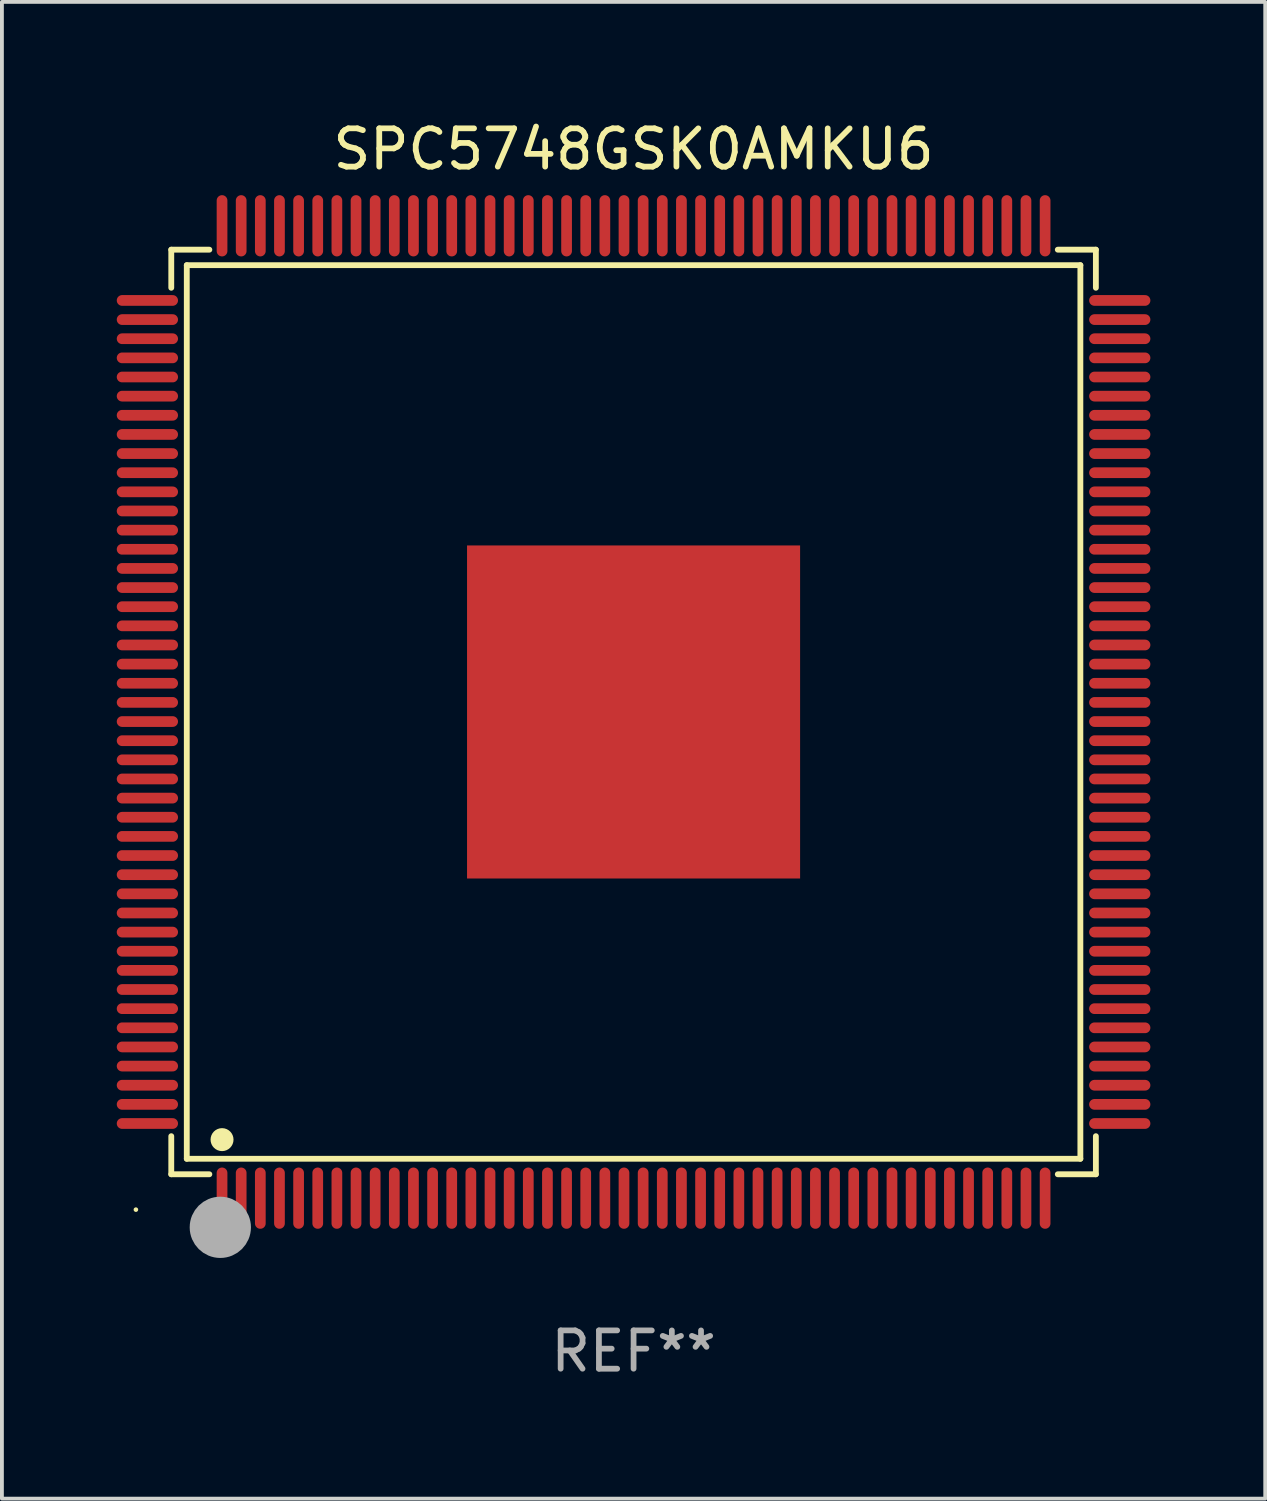
<source format=kicad_pcb>
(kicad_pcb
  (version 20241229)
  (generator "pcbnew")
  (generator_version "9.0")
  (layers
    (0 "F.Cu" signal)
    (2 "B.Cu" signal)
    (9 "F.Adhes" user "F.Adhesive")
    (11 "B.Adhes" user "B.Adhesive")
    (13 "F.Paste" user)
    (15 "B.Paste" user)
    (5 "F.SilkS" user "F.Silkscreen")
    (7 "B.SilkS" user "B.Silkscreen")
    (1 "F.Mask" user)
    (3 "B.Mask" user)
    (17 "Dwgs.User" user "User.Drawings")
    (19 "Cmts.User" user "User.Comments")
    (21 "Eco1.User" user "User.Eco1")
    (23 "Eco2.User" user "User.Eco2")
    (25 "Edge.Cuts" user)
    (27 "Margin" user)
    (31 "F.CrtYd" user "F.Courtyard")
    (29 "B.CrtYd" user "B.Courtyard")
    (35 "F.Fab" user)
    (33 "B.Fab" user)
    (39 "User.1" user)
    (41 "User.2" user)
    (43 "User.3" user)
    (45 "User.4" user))
  (footprint "SPC5748GSK0AMKU6"
    (layer "F.Cu")
    (at 13.5 15.548)
    (property "Reference" "SPC5748GSK0AMKU6" (at 0 -14.7 0) (layer "F.SilkS") (effects (font (size 1 1) (thickness 0.15))))
    (attr through_hole)
    (fp_line (start -12.076 -12.076) (end -11.081 -12.076) (stroke (width 0.152) (type solid)) (layer "F.SilkS"))
    (fp_line (start -12.076 -11.081) (end -12.076 -12.076) (stroke (width 0.152) (type solid)) (layer "F.SilkS"))
    (fp_line (start -12.076 11.081) (end -12.076 12.076) (stroke (width 0.152) (type solid)) (layer "F.SilkS"))
    (fp_line (start -12.076 12.076) (end -11.081 12.076) (stroke (width 0.152) (type solid)) (layer "F.SilkS"))
    (fp_line (start -11.671 -11.671) (end 11.671 -11.671) (stroke (width 0.152) (type solid)) (layer "F.SilkS"))
    (fp_line (start -11.671 11.671) (end -11.671 -11.671) (stroke (width 0.152) (type solid)) (layer "F.SilkS"))
    (fp_line (start 11.671 -11.671) (end 11.671 11.671) (stroke (width 0.152) (type solid)) (layer "F.SilkS"))
    (fp_line (start 11.671 11.671) (end -11.671 11.671) (stroke (width 0.152) (type solid)) (layer "F.SilkS"))
    (fp_line (start 12.076 -12.076) (end 11.081 -12.076) (stroke (width 0.152) (type solid)) (layer "F.SilkS"))
    (fp_line (start 12.076 -11.081) (end 12.076 -12.076) (stroke (width 0.152) (type solid)) (layer "F.SilkS"))
    (fp_line (start 12.076 11.081) (end 12.076 12.076) (stroke (width 0.152) (type solid)) (layer "F.SilkS"))
    (fp_line (start 12.076 12.076) (end 11.081 12.076) (stroke (width 0.152) (type solid)) (layer "F.SilkS"))
    (fp_circle (center -13 13) (end -12.97 13) (stroke (width 0.06) (type solid)) (fill no) (layer "F.SilkS"))
    (fp_circle (center -10.75 11.171) (end -10.6 11.171) (stroke (width 0.3) (type solid)) (fill no) (layer "F.SilkS"))
    (fp_circle (center -10.75 13.8) (end -10.65 13.8) (stroke (width 0.2) (type solid)) (fill no) (layer "F.SilkS"))
    (fp_circle (center -10.795 13.462) (end -10.395 13.462) (stroke (width 0.8) (type solid)) (fill no) (layer "F.Fab"))
    (fp_text user "REF**" (at 0 16.7 0) (layer "F.Fab") (effects (font (size 1 1) (thickness 0.15))))
    (pad "1" smd oval (at -10.75 12.7) (size 0.28 1.6) (layers "F.Cu" "F.Mask" "F.Paste"))
    (pad "2" smd oval (at -10.25 12.7) (size 0.28 1.6) (layers "F.Cu" "F.Mask" "F.Paste"))
    (pad "3" smd oval (at -9.75 12.7) (size 0.28 1.6) (layers "F.Cu" "F.Mask" "F.Paste"))
    (pad "4" smd oval (at -9.25 12.7) (size 0.28 1.6) (layers "F.Cu" "F.Mask" "F.Paste"))
    (pad "5" smd oval (at -8.75 12.7) (size 0.28 1.6) (layers "F.Cu" "F.Mask" "F.Paste"))
    (pad "6" smd oval (at -8.25 12.7) (size 0.28 1.6) (layers "F.Cu" "F.Mask" "F.Paste"))
    (pad "7" smd oval (at -7.75 12.7) (size 0.28 1.6) (layers "F.Cu" "F.Mask" "F.Paste"))
    (pad "8" smd oval (at -7.25 12.7) (size 0.28 1.6) (layers "F.Cu" "F.Mask" "F.Paste"))
    (pad "9" smd oval (at -6.75 12.7) (size 0.28 1.6) (layers "F.Cu" "F.Mask" "F.Paste"))
    (pad "10" smd oval (at -6.25 12.7) (size 0.28 1.6) (layers "F.Cu" "F.Mask" "F.Paste"))
    (pad "11" smd oval (at -5.75 12.7) (size 0.28 1.6) (layers "F.Cu" "F.Mask" "F.Paste"))
    (pad "12" smd oval (at -5.25 12.7) (size 0.28 1.6) (layers "F.Cu" "F.Mask" "F.Paste"))
    (pad "13" smd oval (at -4.75 12.7) (size 0.28 1.6) (layers "F.Cu" "F.Mask" "F.Paste"))
    (pad "14" smd oval (at -4.25 12.7) (size 0.28 1.6) (layers "F.Cu" "F.Mask" "F.Paste"))
    (pad "15" smd oval (at -3.75 12.7) (size 0.28 1.6) (layers "F.Cu" "F.Mask" "F.Paste"))
    (pad "16" smd oval (at -3.25 12.7) (size 0.28 1.6) (layers "F.Cu" "F.Mask" "F.Paste"))
    (pad "17" smd oval (at -2.75 12.7) (size 0.28 1.6) (layers "F.Cu" "F.Mask" "F.Paste"))
    (pad "18" smd oval (at -2.25 12.7) (size 0.28 1.6) (layers "F.Cu" "F.Mask" "F.Paste"))
    (pad "19" smd oval (at -1.75 12.7) (size 0.28 1.6) (layers "F.Cu" "F.Mask" "F.Paste"))
    (pad "20" smd oval (at -1.25 12.7) (size 0.28 1.6) (layers "F.Cu" "F.Mask" "F.Paste"))
    (pad "21" smd oval (at -0.75 12.7) (size 0.28 1.6) (layers "F.Cu" "F.Mask" "F.Paste"))
    (pad "22" smd oval (at -0.25 12.7) (size 0.28 1.6) (layers "F.Cu" "F.Mask" "F.Paste"))
    (pad "23" smd oval (at 0.25 12.7) (size 0.28 1.6) (layers "F.Cu" "F.Mask" "F.Paste"))
    (pad "24" smd oval (at 0.75 12.7) (size 0.28 1.6) (layers "F.Cu" "F.Mask" "F.Paste"))
    (pad "25" smd oval (at 1.25 12.7) (size 0.28 1.6) (layers "F.Cu" "F.Mask" "F.Paste"))
    (pad "26" smd oval (at 1.75 12.7) (size 0.28 1.6) (layers "F.Cu" "F.Mask" "F.Paste"))
    (pad "27" smd oval (at 2.25 12.7) (size 0.28 1.6) (layers "F.Cu" "F.Mask" "F.Paste"))
    (pad "28" smd oval (at 2.75 12.7) (size 0.28 1.6) (layers "F.Cu" "F.Mask" "F.Paste"))
    (pad "29" smd oval (at 3.25 12.7) (size 0.28 1.6) (layers "F.Cu" "F.Mask" "F.Paste"))
    (pad "30" smd oval (at 3.75 12.7) (size 0.28 1.6) (layers "F.Cu" "F.Mask" "F.Paste"))
    (pad "31" smd oval (at 4.25 12.7) (size 0.28 1.6) (layers "F.Cu" "F.Mask" "F.Paste"))
    (pad "32" smd oval (at 4.75 12.7) (size 0.28 1.6) (layers "F.Cu" "F.Mask" "F.Paste"))
    (pad "33" smd oval (at 5.25 12.7) (size 0.28 1.6) (layers "F.Cu" "F.Mask" "F.Paste"))
    (pad "34" smd oval (at 5.75 12.7) (size 0.28 1.6) (layers "F.Cu" "F.Mask" "F.Paste"))
    (pad "35" smd oval (at 6.25 12.7) (size 0.28 1.6) (layers "F.Cu" "F.Mask" "F.Paste"))
    (pad "36" smd oval (at 6.75 12.7) (size 0.28 1.6) (layers "F.Cu" "F.Mask" "F.Paste"))
    (pad "37" smd oval (at 7.25 12.7) (size 0.28 1.6) (layers "F.Cu" "F.Mask" "F.Paste"))
    (pad "38" smd oval (at 7.75 12.7) (size 0.28 1.6) (layers "F.Cu" "F.Mask" "F.Paste"))
    (pad "39" smd oval (at 8.25 12.7) (size 0.28 1.6) (layers "F.Cu" "F.Mask" "F.Paste"))
    (pad "40" smd oval (at 8.75 12.7) (size 0.28 1.6) (layers "F.Cu" "F.Mask" "F.Paste"))
    (pad "41" smd oval (at 9.25 12.7) (size 0.28 1.6) (layers "F.Cu" "F.Mask" "F.Paste"))
    (pad "42" smd oval (at 9.75 12.7) (size 0.28 1.6) (layers "F.Cu" "F.Mask" "F.Paste"))
    (pad "43" smd oval (at 10.25 12.7) (size 0.28 1.6) (layers "F.Cu" "F.Mask" "F.Paste"))
    (pad "44" smd oval (at 10.75 12.7) (size 0.28 1.6) (layers "F.Cu" "F.Mask" "F.Paste"))
    (pad "45" smd oval (at 12.7 10.75) (size 1.6 0.28) (layers "F.Cu" "F.Mask" "F.Paste"))
    (pad "46" smd oval (at 12.7 10.25) (size 1.6 0.28) (layers "F.Cu" "F.Mask" "F.Paste"))
    (pad "47" smd oval (at 12.7 9.75) (size 1.6 0.28) (layers "F.Cu" "F.Mask" "F.Paste"))
    (pad "48" smd oval (at 12.7 9.25) (size 1.6 0.28) (layers "F.Cu" "F.Mask" "F.Paste"))
    (pad "49" smd oval (at 12.7 8.75) (size 1.6 0.28) (layers "F.Cu" "F.Mask" "F.Paste"))
    (pad "50" smd oval (at 12.7 8.25) (size 1.6 0.28) (layers "F.Cu" "F.Mask" "F.Paste"))
    (pad "51" smd oval (at 12.7 7.75) (size 1.6 0.28) (layers "F.Cu" "F.Mask" "F.Paste"))
    (pad "52" smd oval (at 12.7 7.25) (size 1.6 0.28) (layers "F.Cu" "F.Mask" "F.Paste"))
    (pad "53" smd oval (at 12.7 6.75) (size 1.6 0.28) (layers "F.Cu" "F.Mask" "F.Paste"))
    (pad "54" smd oval (at 12.7 6.25) (size 1.6 0.28) (layers "F.Cu" "F.Mask" "F.Paste"))
    (pad "55" smd oval (at 12.7 5.75) (size 1.6 0.28) (layers "F.Cu" "F.Mask" "F.Paste"))
    (pad "56" smd oval (at 12.7 5.25) (size 1.6 0.28) (layers "F.Cu" "F.Mask" "F.Paste"))
    (pad "57" smd oval (at 12.7 4.75) (size 1.6 0.28) (layers "F.Cu" "F.Mask" "F.Paste"))
    (pad "58" smd oval (at 12.7 4.25) (size 1.6 0.28) (layers "F.Cu" "F.Mask" "F.Paste"))
    (pad "59" smd oval (at 12.7 3.75) (size 1.6 0.28) (layers "F.Cu" "F.Mask" "F.Paste"))
    (pad "60" smd oval (at 12.7 3.25) (size 1.6 0.28) (layers "F.Cu" "F.Mask" "F.Paste"))
    (pad "61" smd oval (at 12.7 2.75) (size 1.6 0.28) (layers "F.Cu" "F.Mask" "F.Paste"))
    (pad "62" smd oval (at 12.7 2.25) (size 1.6 0.28) (layers "F.Cu" "F.Mask" "F.Paste"))
    (pad "63" smd oval (at 12.7 1.75) (size 1.6 0.28) (layers "F.Cu" "F.Mask" "F.Paste"))
    (pad "64" smd oval (at 12.7 1.25) (size 1.6 0.28) (layers "F.Cu" "F.Mask" "F.Paste"))
    (pad "65" smd oval (at 12.7 0.75) (size 1.6 0.28) (layers "F.Cu" "F.Mask" "F.Paste"))
    (pad "66" smd oval (at 12.7 0.25) (size 1.6 0.28) (layers "F.Cu" "F.Mask" "F.Paste"))
    (pad "67" smd oval (at 12.7 -0.25) (size 1.6 0.28) (layers "F.Cu" "F.Mask" "F.Paste"))
    (pad "68" smd oval (at 12.7 -0.75) (size 1.6 0.28) (layers "F.Cu" "F.Mask" "F.Paste"))
    (pad "69" smd oval (at 12.7 -1.25) (size 1.6 0.28) (layers "F.Cu" "F.Mask" "F.Paste"))
    (pad "70" smd oval (at 12.7 -1.75) (size 1.6 0.28) (layers "F.Cu" "F.Mask" "F.Paste"))
    (pad "71" smd oval (at 12.7 -2.25) (size 1.6 0.28) (layers "F.Cu" "F.Mask" "F.Paste"))
    (pad "72" smd oval (at 12.7 -2.75) (size 1.6 0.28) (layers "F.Cu" "F.Mask" "F.Paste"))
    (pad "73" smd oval (at 12.7 -3.25) (size 1.6 0.28) (layers "F.Cu" "F.Mask" "F.Paste"))
    (pad "74" smd oval (at 12.7 -3.75) (size 1.6 0.28) (layers "F.Cu" "F.Mask" "F.Paste"))
    (pad "75" smd oval (at 12.7 -4.25) (size 1.6 0.28) (layers "F.Cu" "F.Mask" "F.Paste"))
    (pad "76" smd oval (at 12.7 -4.75) (size 1.6 0.28) (layers "F.Cu" "F.Mask" "F.Paste"))
    (pad "77" smd oval (at 12.7 -5.25) (size 1.6 0.28) (layers "F.Cu" "F.Mask" "F.Paste"))
    (pad "78" smd oval (at 12.7 -5.75) (size 1.6 0.28) (layers "F.Cu" "F.Mask" "F.Paste"))
    (pad "79" smd oval (at 12.7 -6.25) (size 1.6 0.28) (layers "F.Cu" "F.Mask" "F.Paste"))
    (pad "80" smd oval (at 12.7 -6.75) (size 1.6 0.28) (layers "F.Cu" "F.Mask" "F.Paste"))
    (pad "81" smd oval (at 12.7 -7.25) (size 1.6 0.28) (layers "F.Cu" "F.Mask" "F.Paste"))
    (pad "82" smd oval (at 12.7 -7.75) (size 1.6 0.28) (layers "F.Cu" "F.Mask" "F.Paste"))
    (pad "83" smd oval (at 12.7 -8.25) (size 1.6 0.28) (layers "F.Cu" "F.Mask" "F.Paste"))
    (pad "84" smd oval (at 12.7 -8.75) (size 1.6 0.28) (layers "F.Cu" "F.Mask" "F.Paste"))
    (pad "85" smd oval (at 12.7 -9.25) (size 1.6 0.28) (layers "F.Cu" "F.Mask" "F.Paste"))
    (pad "86" smd oval (at 12.7 -9.75) (size 1.6 0.28) (layers "F.Cu" "F.Mask" "F.Paste"))
    (pad "87" smd oval (at 12.7 -10.25) (size 1.6 0.28) (layers "F.Cu" "F.Mask" "F.Paste"))
    (pad "88" smd oval (at 12.7 -10.75) (size 1.6 0.28) (layers "F.Cu" "F.Mask" "F.Paste"))
    (pad "89" smd oval (at 10.75 -12.7) (size 0.28 1.6) (layers "F.Cu" "F.Mask" "F.Paste"))
    (pad "90" smd oval (at 10.25 -12.7) (size 0.28 1.6) (layers "F.Cu" "F.Mask" "F.Paste"))
    (pad "91" smd oval (at 9.75 -12.7) (size 0.28 1.6) (layers "F.Cu" "F.Mask" "F.Paste"))
    (pad "92" smd oval (at 9.25 -12.7) (size 0.28 1.6) (layers "F.Cu" "F.Mask" "F.Paste"))
    (pad "93" smd oval (at 8.75 -12.7) (size 0.28 1.6) (layers "F.Cu" "F.Mask" "F.Paste"))
    (pad "94" smd oval (at 8.25 -12.7) (size 0.28 1.6) (layers "F.Cu" "F.Mask" "F.Paste"))
    (pad "95" smd oval (at 7.75 -12.7) (size 0.28 1.6) (layers "F.Cu" "F.Mask" "F.Paste"))
    (pad "96" smd oval (at 7.25 -12.7) (size 0.28 1.6) (layers "F.Cu" "F.Mask" "F.Paste"))
    (pad "97" smd oval (at 6.75 -12.7) (size 0.28 1.6) (layers "F.Cu" "F.Mask" "F.Paste"))
    (pad "98" smd oval (at 6.25 -12.7) (size 0.28 1.6) (layers "F.Cu" "F.Mask" "F.Paste"))
    (pad "99" smd oval (at 5.75 -12.7) (size 0.28 1.6) (layers "F.Cu" "F.Mask" "F.Paste"))
    (pad "100" smd oval (at 5.25 -12.7) (size 0.28 1.6) (layers "F.Cu" "F.Mask" "F.Paste"))
    (pad "101" smd oval (at 4.75 -12.7) (size 0.28 1.6) (layers "F.Cu" "F.Mask" "F.Paste"))
    (pad "102" smd oval (at 4.25 -12.7) (size 0.28 1.6) (layers "F.Cu" "F.Mask" "F.Paste"))
    (pad "103" smd oval (at 3.75 -12.7) (size 0.28 1.6) (layers "F.Cu" "F.Mask" "F.Paste"))
    (pad "104" smd oval (at 3.25 -12.7) (size 0.28 1.6) (layers "F.Cu" "F.Mask" "F.Paste"))
    (pad "105" smd oval (at 2.75 -12.7) (size 0.28 1.6) (layers "F.Cu" "F.Mask" "F.Paste"))
    (pad "106" smd oval (at 2.25 -12.7) (size 0.28 1.6) (layers "F.Cu" "F.Mask" "F.Paste"))
    (pad "107" smd oval (at 1.75 -12.7) (size 0.28 1.6) (layers "F.Cu" "F.Mask" "F.Paste"))
    (pad "108" smd oval (at 1.25 -12.7) (size 0.28 1.6) (layers "F.Cu" "F.Mask" "F.Paste"))
    (pad "109" smd oval (at 0.75 -12.7) (size 0.28 1.6) (layers "F.Cu" "F.Mask" "F.Paste"))
    (pad "110" smd oval (at 0.25 -12.7) (size 0.28 1.6) (layers "F.Cu" "F.Mask" "F.Paste"))
    (pad "111" smd oval (at -0.25 -12.7) (size 0.28 1.6) (layers "F.Cu" "F.Mask" "F.Paste"))
    (pad "112" smd oval (at -0.75 -12.7) (size 0.28 1.6) (layers "F.Cu" "F.Mask" "F.Paste"))
    (pad "113" smd oval (at -1.25 -12.7) (size 0.28 1.6) (layers "F.Cu" "F.Mask" "F.Paste"))
    (pad "114" smd oval (at -1.75 -12.7) (size 0.28 1.6) (layers "F.Cu" "F.Mask" "F.Paste"))
    (pad "115" smd oval (at -2.25 -12.7) (size 0.28 1.6) (layers "F.Cu" "F.Mask" "F.Paste"))
    (pad "116" smd oval (at -2.75 -12.7) (size 0.28 1.6) (layers "F.Cu" "F.Mask" "F.Paste"))
    (pad "117" smd oval (at -3.25 -12.7) (size 0.28 1.6) (layers "F.Cu" "F.Mask" "F.Paste"))
    (pad "118" smd oval (at -3.75 -12.7) (size 0.28 1.6) (layers "F.Cu" "F.Mask" "F.Paste"))
    (pad "119" smd oval (at -4.25 -12.7) (size 0.28 1.6) (layers "F.Cu" "F.Mask" "F.Paste"))
    (pad "120" smd oval (at -4.75 -12.7) (size 0.28 1.6) (layers "F.Cu" "F.Mask" "F.Paste"))
    (pad "121" smd oval (at -5.25 -12.7) (size 0.28 1.6) (layers "F.Cu" "F.Mask" "F.Paste"))
    (pad "122" smd oval (at -5.75 -12.7) (size 0.28 1.6) (layers "F.Cu" "F.Mask" "F.Paste"))
    (pad "123" smd oval (at -6.25 -12.7) (size 0.28 1.6) (layers "F.Cu" "F.Mask" "F.Paste"))
    (pad "124" smd oval (at -6.75 -12.7) (size 0.28 1.6) (layers "F.Cu" "F.Mask" "F.Paste"))
    (pad "125" smd oval (at -7.25 -12.7) (size 0.28 1.6) (layers "F.Cu" "F.Mask" "F.Paste"))
    (pad "126" smd oval (at -7.75 -12.7) (size 0.28 1.6) (layers "F.Cu" "F.Mask" "F.Paste"))
    (pad "127" smd oval (at -8.25 -12.7) (size 0.28 1.6) (layers "F.Cu" "F.Mask" "F.Paste"))
    (pad "128" smd oval (at -8.75 -12.7) (size 0.28 1.6) (layers "F.Cu" "F.Mask" "F.Paste"))
    (pad "129" smd oval (at -9.25 -12.7) (size 0.28 1.6) (layers "F.Cu" "F.Mask" "F.Paste"))
    (pad "130" smd oval (at -9.75 -12.7) (size 0.28 1.6) (layers "F.Cu" "F.Mask" "F.Paste"))
    (pad "131" smd oval (at -10.25 -12.7) (size 0.28 1.6) (layers "F.Cu" "F.Mask" "F.Paste"))
    (pad "132" smd oval (at -10.75 -12.7) (size 0.28 1.6) (layers "F.Cu" "F.Mask" "F.Paste"))
    (pad "133" smd oval (at -12.7 -10.75) (size 1.6 0.28) (layers "F.Cu" "F.Mask" "F.Paste"))
    (pad "134" smd oval (at -12.7 -10.25) (size 1.6 0.28) (layers "F.Cu" "F.Mask" "F.Paste"))
    (pad "135" smd oval (at -12.7 -9.75) (size 1.6 0.28) (layers "F.Cu" "F.Mask" "F.Paste"))
    (pad "136" smd oval (at -12.7 -9.25) (size 1.6 0.28) (layers "F.Cu" "F.Mask" "F.Paste"))
    (pad "137" smd oval (at -12.7 -8.75) (size 1.6 0.28) (layers "F.Cu" "F.Mask" "F.Paste"))
    (pad "138" smd oval (at -12.7 -8.25) (size 1.6 0.28) (layers "F.Cu" "F.Mask" "F.Paste"))
    (pad "139" smd oval (at -12.7 -7.75) (size 1.6 0.28) (layers "F.Cu" "F.Mask" "F.Paste"))
    (pad "140" smd oval (at -12.7 -7.25) (size 1.6 0.28) (layers "F.Cu" "F.Mask" "F.Paste"))
    (pad "141" smd oval (at -12.7 -6.75) (size 1.6 0.28) (layers "F.Cu" "F.Mask" "F.Paste"))
    (pad "142" smd oval (at -12.7 -6.25) (size 1.6 0.28) (layers "F.Cu" "F.Mask" "F.Paste"))
    (pad "143" smd oval (at -12.7 -5.75) (size 1.6 0.28) (layers "F.Cu" "F.Mask" "F.Paste"))
    (pad "144" smd oval (at -12.7 -5.25) (size 1.6 0.28) (layers "F.Cu" "F.Mask" "F.Paste"))
    (pad "145" smd oval (at -12.7 -4.75) (size 1.6 0.28) (layers "F.Cu" "F.Mask" "F.Paste"))
    (pad "146" smd oval (at -12.7 -4.25) (size 1.6 0.28) (layers "F.Cu" "F.Mask" "F.Paste"))
    (pad "147" smd oval (at -12.7 -3.75) (size 1.6 0.28) (layers "F.Cu" "F.Mask" "F.Paste"))
    (pad "148" smd oval (at -12.7 -3.25) (size 1.6 0.28) (layers "F.Cu" "F.Mask" "F.Paste"))
    (pad "149" smd oval (at -12.7 -2.75) (size 1.6 0.28) (layers "F.Cu" "F.Mask" "F.Paste"))
    (pad "150" smd oval (at -12.7 -2.25) (size 1.6 0.28) (layers "F.Cu" "F.Mask" "F.Paste"))
    (pad "151" smd oval (at -12.7 -1.75) (size 1.6 0.28) (layers "F.Cu" "F.Mask" "F.Paste"))
    (pad "152" smd oval (at -12.7 -1.25) (size 1.6 0.28) (layers "F.Cu" "F.Mask" "F.Paste"))
    (pad "153" smd oval (at -12.7 -0.75) (size 1.6 0.28) (layers "F.Cu" "F.Mask" "F.Paste"))
    (pad "154" smd oval (at -12.7 -0.25) (size 1.6 0.28) (layers "F.Cu" "F.Mask" "F.Paste"))
    (pad "155" smd oval (at -12.7 0.25) (size 1.6 0.28) (layers "F.Cu" "F.Mask" "F.Paste"))
    (pad "156" smd oval (at -12.7 0.75) (size 1.6 0.28) (layers "F.Cu" "F.Mask" "F.Paste"))
    (pad "157" smd oval (at -12.7 1.25) (size 1.6 0.28) (layers "F.Cu" "F.Mask" "F.Paste"))
    (pad "158" smd oval (at -12.7 1.75) (size 1.6 0.28) (layers "F.Cu" "F.Mask" "F.Paste"))
    (pad "159" smd oval (at -12.7 2.25) (size 1.6 0.28) (layers "F.Cu" "F.Mask" "F.Paste"))
    (pad "160" smd oval (at -12.7 2.75) (size 1.6 0.28) (layers "F.Cu" "F.Mask" "F.Paste"))
    (pad "161" smd oval (at -12.7 3.25) (size 1.6 0.28) (layers "F.Cu" "F.Mask" "F.Paste"))
    (pad "162" smd oval (at -12.7 3.75) (size 1.6 0.28) (layers "F.Cu" "F.Mask" "F.Paste"))
    (pad "163" smd oval (at -12.7 4.25) (size 1.6 0.28) (layers "F.Cu" "F.Mask" "F.Paste"))
    (pad "164" smd oval (at -12.7 4.75) (size 1.6 0.28) (layers "F.Cu" "F.Mask" "F.Paste"))
    (pad "165" smd oval (at -12.7 5.25) (size 1.6 0.28) (layers "F.Cu" "F.Mask" "F.Paste"))
    (pad "166" smd oval (at -12.7 5.75) (size 1.6 0.28) (layers "F.Cu" "F.Mask" "F.Paste"))
    (pad "167" smd oval (at -12.7 6.25) (size 1.6 0.28) (layers "F.Cu" "F.Mask" "F.Paste"))
    (pad "168" smd oval (at -12.7 6.75) (size 1.6 0.28) (layers "F.Cu" "F.Mask" "F.Paste"))
    (pad "169" smd oval (at -12.7 7.25) (size 1.6 0.28) (layers "F.Cu" "F.Mask" "F.Paste"))
    (pad "170" smd oval (at -12.7 7.75) (size 1.6 0.28) (layers "F.Cu" "F.Mask" "F.Paste"))
    (pad "171" smd oval (at -12.7 8.25) (size 1.6 0.28) (layers "F.Cu" "F.Mask" "F.Paste"))
    (pad "172" smd oval (at -12.7 8.75) (size 1.6 0.28) (layers "F.Cu" "F.Mask" "F.Paste"))
    (pad "173" smd oval (at -12.7 9.25) (size 1.6 0.28) (layers "F.Cu" "F.Mask" "F.Paste"))
    (pad "174" smd oval (at -12.7 9.75) (size 1.6 0.28) (layers "F.Cu" "F.Mask" "F.Paste"))
    (pad "175" smd oval (at -12.7 10.25) (size 1.6 0.28) (layers "F.Cu" "F.Mask" "F.Paste"))
    (pad "176" smd oval (at -12.7 10.75) (size 1.6 0.28) (layers "F.Cu" "F.Mask" "F.Paste"))
    (pad "177" smd rect (at 0 0) (size 8.7 8.7) (layers "F.Cu" "F.Mask" "F.Paste")))
  (gr_rect
    (start -3 -3)
    (end 30 36.097)
    (stroke (width 0.1) (type default))
    (fill no)
    (layer "Edge.Cuts")))
</source>
